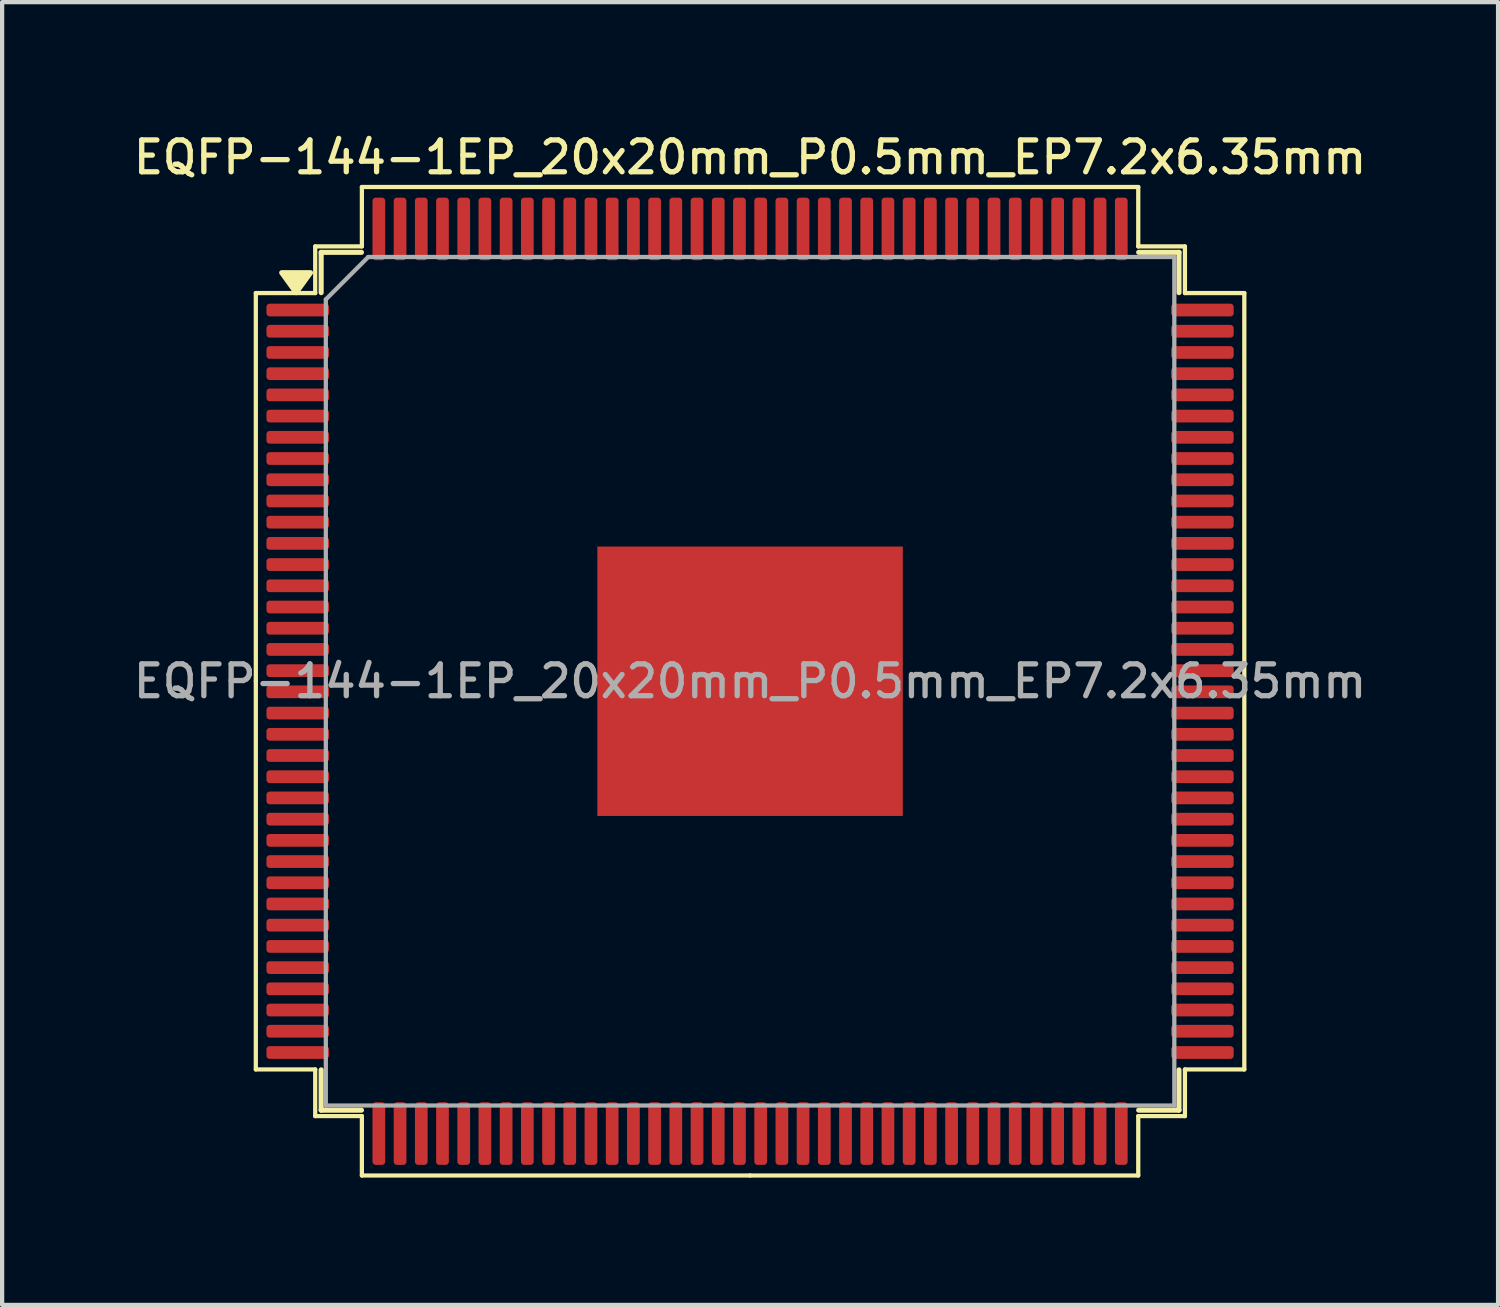
<source format=kicad_pcb>
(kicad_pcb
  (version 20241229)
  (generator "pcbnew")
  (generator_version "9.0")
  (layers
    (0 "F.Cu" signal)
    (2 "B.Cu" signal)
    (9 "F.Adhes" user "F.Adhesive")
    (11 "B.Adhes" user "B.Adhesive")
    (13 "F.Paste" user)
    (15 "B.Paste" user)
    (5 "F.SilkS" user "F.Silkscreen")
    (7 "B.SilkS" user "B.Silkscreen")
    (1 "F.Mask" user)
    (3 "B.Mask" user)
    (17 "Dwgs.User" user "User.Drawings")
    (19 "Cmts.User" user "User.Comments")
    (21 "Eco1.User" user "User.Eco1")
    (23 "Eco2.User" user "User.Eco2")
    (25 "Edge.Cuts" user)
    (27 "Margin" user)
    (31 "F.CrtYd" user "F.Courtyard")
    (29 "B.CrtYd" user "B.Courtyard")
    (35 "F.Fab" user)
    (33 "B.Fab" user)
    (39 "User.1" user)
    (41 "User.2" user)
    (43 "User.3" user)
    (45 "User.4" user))
  (footprint "EQFP-144-1EP_20x20mm_P0.5mm_EP7.2x6.35mm"
    (layer "F.Cu")
    (at 14.63 13.008)
    (property "Reference" "EQFP-144-1EP_20x20mm_P0.5mm_EP7.2x6.35mm" (at 0 -12.35 0) (layer "F.SilkS") (effects (font (size 0.75 0.75) (thickness 0.125))))
    (attr smd)
    (fp_line (start -11.65 -9.15) (end -11.65 0) (stroke (width 0.1) (type solid)) (layer "F.SilkS"))
    (fp_line (start -11.65 9.15) (end -11.65 0) (stroke (width 0.1) (type solid)) (layer "F.SilkS"))
    (fp_line (start -10.25 -10.25) (end -10.25 -9.15) (stroke (width 0.1) (type solid)) (layer "F.SilkS"))
    (fp_line (start -10.25 -9.15) (end -11.65 -9.15) (stroke (width 0.1) (type solid)) (layer "F.SilkS"))
    (fp_line (start -10.25 9.15) (end -11.65 9.15) (stroke (width 0.1) (type solid)) (layer "F.SilkS"))
    (fp_line (start -10.25 10.25) (end -10.25 9.15) (stroke (width 0.1) (type solid)) (layer "F.SilkS"))
    (fp_line (start -10.11 -10.11) (end -10.11 -9.16) (stroke (width 0.12) (type solid)) (layer "F.SilkS"))
    (fp_line (start -10.11 10.11) (end -10.11 9.16) (stroke (width 0.12) (type solid)) (layer "F.SilkS"))
    (fp_line (start -9.16 -10.11) (end -10.11 -10.11) (stroke (width 0.12) (type solid)) (layer "F.SilkS"))
    (fp_line (start -9.16 10.11) (end -10.11 10.11) (stroke (width 0.12) (type solid)) (layer "F.SilkS"))
    (fp_line (start -9.15 -11.65) (end -9.15 -10.25) (stroke (width 0.1) (type solid)) (layer "F.SilkS"))
    (fp_line (start -9.15 -10.25) (end -10.25 -10.25) (stroke (width 0.1) (type solid)) (layer "F.SilkS"))
    (fp_line (start -9.15 10.25) (end -10.25 10.25) (stroke (width 0.1) (type solid)) (layer "F.SilkS"))
    (fp_line (start -9.15 11.65) (end -9.15 10.25) (stroke (width 0.1) (type solid)) (layer "F.SilkS"))
    (fp_line (start 0 -11.65) (end -9.15 -11.65) (stroke (width 0.1) (type solid)) (layer "F.SilkS"))
    (fp_line (start 0 -11.65) (end 9.15 -11.65) (stroke (width 0.1) (type solid)) (layer "F.SilkS"))
    (fp_line (start 0 11.65) (end -9.15 11.65) (stroke (width 0.1) (type solid)) (layer "F.SilkS"))
    (fp_line (start 0 11.65) (end 9.15 11.65) (stroke (width 0.1) (type solid)) (layer "F.SilkS"))
    (fp_line (start 9.15 -11.65) (end 9.15 -10.25) (stroke (width 0.1) (type solid)) (layer "F.SilkS"))
    (fp_line (start 9.15 -10.25) (end 10.25 -10.25) (stroke (width 0.1) (type solid)) (layer "F.SilkS"))
    (fp_line (start 9.15 10.25) (end 10.25 10.25) (stroke (width 0.1) (type solid)) (layer "F.SilkS"))
    (fp_line (start 9.15 11.65) (end 9.15 10.25) (stroke (width 0.1) (type solid)) (layer "F.SilkS"))
    (fp_line (start 9.16 -10.11) (end 10.11 -10.11) (stroke (width 0.12) (type solid)) (layer "F.SilkS"))
    (fp_line (start 9.16 10.11) (end 10.11 10.11) (stroke (width 0.12) (type solid)) (layer "F.SilkS"))
    (fp_line (start 10.11 -10.11) (end 10.11 -9.16) (stroke (width 0.12) (type solid)) (layer "F.SilkS"))
    (fp_line (start 10.11 10.11) (end 10.11 9.16) (stroke (width 0.12) (type solid)) (layer "F.SilkS"))
    (fp_line (start 10.25 -10.25) (end 10.25 -9.15) (stroke (width 0.1) (type solid)) (layer "F.SilkS"))
    (fp_line (start 10.25 -9.15) (end 11.65 -9.15) (stroke (width 0.1) (type solid)) (layer "F.SilkS"))
    (fp_line (start 10.25 9.15) (end 11.65 9.15) (stroke (width 0.1) (type solid)) (layer "F.SilkS"))
    (fp_line (start 10.25 10.25) (end 10.25 9.15) (stroke (width 0.1) (type solid)) (layer "F.SilkS"))
    (fp_line (start 11.65 -9.15) (end 11.65 0) (stroke (width 0.1) (type solid)) (layer "F.SilkS"))
    (fp_line (start 11.65 9.15) (end 11.65 0) (stroke (width 0.1) (type solid)) (layer "F.SilkS"))
    (fp_poly (pts (xy -10.7 -9.16) (xy -11.04 -9.63) (xy -10.36 -9.63) (xy -10.7 -9.16)) (stroke (width 0.12) (type solid)) (fill yes) (layer "F.SilkS"))
    (fp_line (start -10 -9) (end -9 -10) (stroke (width 0.1) (type solid)) (layer "F.Fab"))
    (fp_line (start -10 10) (end -10 -9) (stroke (width 0.1) (type solid)) (layer "F.Fab"))
    (fp_line (start -9 -10) (end 10 -10) (stroke (width 0.1) (type solid)) (layer "F.Fab"))
    (fp_line (start 10 -10) (end 10 10) (stroke (width 0.1) (type solid)) (layer "F.Fab"))
    (fp_line (start 10 10) (end -10 10) (stroke (width 0.1) (type solid)) (layer "F.Fab"))
    (fp_text user "${REFERENCE}" (at 0 0 0) (layer "F.Fab") (effects (font (size 0.75 0.75) (thickness 0.125))))
    (pad "" smd roundrect (at -3 -2.54) (size 0.97 1.02) (layers "F.Paste") (roundrect_rratio 0.25))
    (pad "" smd roundrect (at -3 -1.27) (size 0.97 1.02) (layers "F.Paste") (roundrect_rratio 0.25))
    (pad "" smd roundrect (at -3 0) (size 0.97 1.02) (layers "F.Paste") (roundrect_rratio 0.25))
    (pad "" smd roundrect (at -3 1.27) (size 0.97 1.02) (layers "F.Paste") (roundrect_rratio 0.25))
    (pad "" smd roundrect (at -3 2.54) (size 0.97 1.02) (layers "F.Paste") (roundrect_rratio 0.25))
    (pad "" smd roundrect (at -1.8 -2.54) (size 0.97 1.02) (layers "F.Paste") (roundrect_rratio 0.25))
    (pad "" smd roundrect (at -1.8 -1.27) (size 0.97 1.02) (layers "F.Paste") (roundrect_rratio 0.25))
    (pad "" smd roundrect (at -1.8 0) (size 0.97 1.02) (layers "F.Paste") (roundrect_rratio 0.25))
    (pad "" smd roundrect (at -1.8 1.27) (size 0.97 1.02) (layers "F.Paste") (roundrect_rratio 0.25))
    (pad "" smd roundrect (at -1.8 2.54) (size 0.97 1.02) (layers "F.Paste") (roundrect_rratio 0.25))
    (pad "" smd roundrect (at -0.6 -2.54) (size 0.97 1.02) (layers "F.Paste") (roundrect_rratio 0.25))
    (pad "" smd roundrect (at -0.6 -1.27) (size 0.97 1.02) (layers "F.Paste") (roundrect_rratio 0.25))
    (pad "" smd roundrect (at -0.6 0) (size 0.97 1.02) (layers "F.Paste") (roundrect_rratio 0.25))
    (pad "" smd roundrect (at -0.6 1.27) (size 0.97 1.02) (layers "F.Paste") (roundrect_rratio 0.25))
    (pad "" smd roundrect (at -0.6 2.54) (size 0.97 1.02) (layers "F.Paste") (roundrect_rratio 0.25))
    (pad "" smd roundrect (at 0.6 -2.54) (size 0.97 1.02) (layers "F.Paste") (roundrect_rratio 0.25))
    (pad "" smd roundrect (at 0.6 -1.27) (size 0.97 1.02) (layers "F.Paste") (roundrect_rratio 0.25))
    (pad "" smd roundrect (at 0.6 0) (size 0.97 1.02) (layers "F.Paste") (roundrect_rratio 0.25))
    (pad "" smd roundrect (at 0.6 1.27) (size 0.97 1.02) (layers "F.Paste") (roundrect_rratio 0.25))
    (pad "" smd roundrect (at 0.6 2.54) (size 0.97 1.02) (layers "F.Paste") (roundrect_rratio 0.25))
    (pad "" smd roundrect (at 1.8 -2.54) (size 0.97 1.02) (layers "F.Paste") (roundrect_rratio 0.25))
    (pad "" smd roundrect (at 1.8 -1.27) (size 0.97 1.02) (layers "F.Paste") (roundrect_rratio 0.25))
    (pad "" smd roundrect (at 1.8 0) (size 0.97 1.02) (layers "F.Paste") (roundrect_rratio 0.25))
    (pad "" smd roundrect (at 1.8 1.27) (size 0.97 1.02) (layers "F.Paste") (roundrect_rratio 0.25))
    (pad "" smd roundrect (at 1.8 2.54) (size 0.97 1.02) (layers "F.Paste") (roundrect_rratio 0.25))
    (pad "" smd roundrect (at 3 -2.54) (size 0.97 1.02) (layers "F.Paste") (roundrect_rratio 0.25))
    (pad "" smd roundrect (at 3 -1.27) (size 0.97 1.02) (layers "F.Paste") (roundrect_rratio 0.25))
    (pad "" smd roundrect (at 3 0) (size 0.97 1.02) (layers "F.Paste") (roundrect_rratio 0.25))
    (pad "" smd roundrect (at 3 1.27) (size 0.97 1.02) (layers "F.Paste") (roundrect_rratio 0.25))
    (pad "" smd roundrect (at 3 2.54) (size 0.97 1.02) (layers "F.Paste") (roundrect_rratio 0.25))
    (pad "1" smd roundrect (at -10.662 -8.75) (size 1.475 0.3) (layers "F.Cu" "F.Mask" "F.Paste") (roundrect_rratio 0.25))
    (pad "2" smd roundrect (at -10.662 -8.25) (size 1.475 0.3) (layers "F.Cu" "F.Mask" "F.Paste") (roundrect_rratio 0.25))
    (pad "3" smd roundrect (at -10.662 -7.75) (size 1.475 0.3) (layers "F.Cu" "F.Mask" "F.Paste") (roundrect_rratio 0.25))
    (pad "4" smd roundrect (at -10.662 -7.25) (size 1.475 0.3) (layers "F.Cu" "F.Mask" "F.Paste") (roundrect_rratio 0.25))
    (pad "5" smd roundrect (at -10.662 -6.75) (size 1.475 0.3) (layers "F.Cu" "F.Mask" "F.Paste") (roundrect_rratio 0.25))
    (pad "6" smd roundrect (at -10.662 -6.25) (size 1.475 0.3) (layers "F.Cu" "F.Mask" "F.Paste") (roundrect_rratio 0.25))
    (pad "7" smd roundrect (at -10.662 -5.75) (size 1.475 0.3) (layers "F.Cu" "F.Mask" "F.Paste") (roundrect_rratio 0.25))
    (pad "8" smd roundrect (at -10.662 -5.25) (size 1.475 0.3) (layers "F.Cu" "F.Mask" "F.Paste") (roundrect_rratio 0.25))
    (pad "9" smd roundrect (at -10.662 -4.75) (size 1.475 0.3) (layers "F.Cu" "F.Mask" "F.Paste") (roundrect_rratio 0.25))
    (pad "10" smd roundrect (at -10.662 -4.25) (size 1.475 0.3) (layers "F.Cu" "F.Mask" "F.Paste") (roundrect_rratio 0.25))
    (pad "11" smd roundrect (at -10.662 -3.75) (size 1.475 0.3) (layers "F.Cu" "F.Mask" "F.Paste") (roundrect_rratio 0.25))
    (pad "12" smd roundrect (at -10.662 -3.25) (size 1.475 0.3) (layers "F.Cu" "F.Mask" "F.Paste") (roundrect_rratio 0.25))
    (pad "13" smd roundrect (at -10.662 -2.75) (size 1.475 0.3) (layers "F.Cu" "F.Mask" "F.Paste") (roundrect_rratio 0.25))
    (pad "14" smd roundrect (at -10.662 -2.25) (size 1.475 0.3) (layers "F.Cu" "F.Mask" "F.Paste") (roundrect_rratio 0.25))
    (pad "15" smd roundrect (at -10.662 -1.75) (size 1.475 0.3) (layers "F.Cu" "F.Mask" "F.Paste") (roundrect_rratio 0.25))
    (pad "16" smd roundrect (at -10.662 -1.25) (size 1.475 0.3) (layers "F.Cu" "F.Mask" "F.Paste") (roundrect_rratio 0.25))
    (pad "17" smd roundrect (at -10.662 -0.75) (size 1.475 0.3) (layers "F.Cu" "F.Mask" "F.Paste") (roundrect_rratio 0.25))
    (pad "18" smd roundrect (at -10.662 -0.25) (size 1.475 0.3) (layers "F.Cu" "F.Mask" "F.Paste") (roundrect_rratio 0.25))
    (pad "19" smd roundrect (at -10.662 0.25) (size 1.475 0.3) (layers "F.Cu" "F.Mask" "F.Paste") (roundrect_rratio 0.25))
    (pad "20" smd roundrect (at -10.662 0.75) (size 1.475 0.3) (layers "F.Cu" "F.Mask" "F.Paste") (roundrect_rratio 0.25))
    (pad "21" smd roundrect (at -10.662 1.25) (size 1.475 0.3) (layers "F.Cu" "F.Mask" "F.Paste") (roundrect_rratio 0.25))
    (pad "22" smd roundrect (at -10.662 1.75) (size 1.475 0.3) (layers "F.Cu" "F.Mask" "F.Paste") (roundrect_rratio 0.25))
    (pad "23" smd roundrect (at -10.662 2.25) (size 1.475 0.3) (layers "F.Cu" "F.Mask" "F.Paste") (roundrect_rratio 0.25))
    (pad "24" smd roundrect (at -10.662 2.75) (size 1.475 0.3) (layers "F.Cu" "F.Mask" "F.Paste") (roundrect_rratio 0.25))
    (pad "25" smd roundrect (at -10.662 3.25) (size 1.475 0.3) (layers "F.Cu" "F.Mask" "F.Paste") (roundrect_rratio 0.25))
    (pad "26" smd roundrect (at -10.662 3.75) (size 1.475 0.3) (layers "F.Cu" "F.Mask" "F.Paste") (roundrect_rratio 0.25))
    (pad "27" smd roundrect (at -10.662 4.25) (size 1.475 0.3) (layers "F.Cu" "F.Mask" "F.Paste") (roundrect_rratio 0.25))
    (pad "28" smd roundrect (at -10.662 4.75) (size 1.475 0.3) (layers "F.Cu" "F.Mask" "F.Paste") (roundrect_rratio 0.25))
    (pad "29" smd roundrect (at -10.662 5.25) (size 1.475 0.3) (layers "F.Cu" "F.Mask" "F.Paste") (roundrect_rratio 0.25))
    (pad "30" smd roundrect (at -10.662 5.75) (size 1.475 0.3) (layers "F.Cu" "F.Mask" "F.Paste") (roundrect_rratio 0.25))
    (pad "31" smd roundrect (at -10.662 6.25) (size 1.475 0.3) (layers "F.Cu" "F.Mask" "F.Paste") (roundrect_rratio 0.25))
    (pad "32" smd roundrect (at -10.662 6.75) (size 1.475 0.3) (layers "F.Cu" "F.Mask" "F.Paste") (roundrect_rratio 0.25))
    (pad "33" smd roundrect (at -10.662 7.25) (size 1.475 0.3) (layers "F.Cu" "F.Mask" "F.Paste") (roundrect_rratio 0.25))
    (pad "34" smd roundrect (at -10.662 7.75) (size 1.475 0.3) (layers "F.Cu" "F.Mask" "F.Paste") (roundrect_rratio 0.25))
    (pad "35" smd roundrect (at -10.662 8.25) (size 1.475 0.3) (layers "F.Cu" "F.Mask" "F.Paste") (roundrect_rratio 0.25))
    (pad "36" smd roundrect (at -10.662 8.75) (size 1.475 0.3) (layers "F.Cu" "F.Mask" "F.Paste") (roundrect_rratio 0.25))
    (pad "37" smd roundrect (at -8.75 10.662) (size 0.3 1.475) (layers "F.Cu" "F.Mask" "F.Paste") (roundrect_rratio 0.25))
    (pad "38" smd roundrect (at -8.25 10.662) (size 0.3 1.475) (layers "F.Cu" "F.Mask" "F.Paste") (roundrect_rratio 0.25))
    (pad "39" smd roundrect (at -7.75 10.662) (size 0.3 1.475) (layers "F.Cu" "F.Mask" "F.Paste") (roundrect_rratio 0.25))
    (pad "40" smd roundrect (at -7.25 10.662) (size 0.3 1.475) (layers "F.Cu" "F.Mask" "F.Paste") (roundrect_rratio 0.25))
    (pad "41" smd roundrect (at -6.75 10.662) (size 0.3 1.475) (layers "F.Cu" "F.Mask" "F.Paste") (roundrect_rratio 0.25))
    (pad "42" smd roundrect (at -6.25 10.662) (size 0.3 1.475) (layers "F.Cu" "F.Mask" "F.Paste") (roundrect_rratio 0.25))
    (pad "43" smd roundrect (at -5.75 10.662) (size 0.3 1.475) (layers "F.Cu" "F.Mask" "F.Paste") (roundrect_rratio 0.25))
    (pad "44" smd roundrect (at -5.25 10.662) (size 0.3 1.475) (layers "F.Cu" "F.Mask" "F.Paste") (roundrect_rratio 0.25))
    (pad "45" smd roundrect (at -4.75 10.662) (size 0.3 1.475) (layers "F.Cu" "F.Mask" "F.Paste") (roundrect_rratio 0.25))
    (pad "46" smd roundrect (at -4.25 10.662) (size 0.3 1.475) (layers "F.Cu" "F.Mask" "F.Paste") (roundrect_rratio 0.25))
    (pad "47" smd roundrect (at -3.75 10.662) (size 0.3 1.475) (layers "F.Cu" "F.Mask" "F.Paste") (roundrect_rratio 0.25))
    (pad "48" smd roundrect (at -3.25 10.662) (size 0.3 1.475) (layers "F.Cu" "F.Mask" "F.Paste") (roundrect_rratio 0.25))
    (pad "49" smd roundrect (at -2.75 10.662) (size 0.3 1.475) (layers "F.Cu" "F.Mask" "F.Paste") (roundrect_rratio 0.25))
    (pad "50" smd roundrect (at -2.25 10.662) (size 0.3 1.475) (layers "F.Cu" "F.Mask" "F.Paste") (roundrect_rratio 0.25))
    (pad "51" smd roundrect (at -1.75 10.662) (size 0.3 1.475) (layers "F.Cu" "F.Mask" "F.Paste") (roundrect_rratio 0.25))
    (pad "52" smd roundrect (at -1.25 10.662) (size 0.3 1.475) (layers "F.Cu" "F.Mask" "F.Paste") (roundrect_rratio 0.25))
    (pad "53" smd roundrect (at -0.75 10.662) (size 0.3 1.475) (layers "F.Cu" "F.Mask" "F.Paste") (roundrect_rratio 0.25))
    (pad "54" smd roundrect (at -0.25 10.662) (size 0.3 1.475) (layers "F.Cu" "F.Mask" "F.Paste") (roundrect_rratio 0.25))
    (pad "55" smd roundrect (at 0.25 10.662) (size 0.3 1.475) (layers "F.Cu" "F.Mask" "F.Paste") (roundrect_rratio 0.25))
    (pad "56" smd roundrect (at 0.75 10.662) (size 0.3 1.475) (layers "F.Cu" "F.Mask" "F.Paste") (roundrect_rratio 0.25))
    (pad "57" smd roundrect (at 1.25 10.662) (size 0.3 1.475) (layers "F.Cu" "F.Mask" "F.Paste") (roundrect_rratio 0.25))
    (pad "58" smd roundrect (at 1.75 10.662) (size 0.3 1.475) (layers "F.Cu" "F.Mask" "F.Paste") (roundrect_rratio 0.25))
    (pad "59" smd roundrect (at 2.25 10.662) (size 0.3 1.475) (layers "F.Cu" "F.Mask" "F.Paste") (roundrect_rratio 0.25))
    (pad "60" smd roundrect (at 2.75 10.662) (size 0.3 1.475) (layers "F.Cu" "F.Mask" "F.Paste") (roundrect_rratio 0.25))
    (pad "61" smd roundrect (at 3.25 10.662) (size 0.3 1.475) (layers "F.Cu" "F.Mask" "F.Paste") (roundrect_rratio 0.25))
    (pad "62" smd roundrect (at 3.75 10.662) (size 0.3 1.475) (layers "F.Cu" "F.Mask" "F.Paste") (roundrect_rratio 0.25))
    (pad "63" smd roundrect (at 4.25 10.662) (size 0.3 1.475) (layers "F.Cu" "F.Mask" "F.Paste") (roundrect_rratio 0.25))
    (pad "64" smd roundrect (at 4.75 10.662) (size 0.3 1.475) (layers "F.Cu" "F.Mask" "F.Paste") (roundrect_rratio 0.25))
    (pad "65" smd roundrect (at 5.25 10.662) (size 0.3 1.475) (layers "F.Cu" "F.Mask" "F.Paste") (roundrect_rratio 0.25))
    (pad "66" smd roundrect (at 5.75 10.662) (size 0.3 1.475) (layers "F.Cu" "F.Mask" "F.Paste") (roundrect_rratio 0.25))
    (pad "67" smd roundrect (at 6.25 10.662) (size 0.3 1.475) (layers "F.Cu" "F.Mask" "F.Paste") (roundrect_rratio 0.25))
    (pad "68" smd roundrect (at 6.75 10.662) (size 0.3 1.475) (layers "F.Cu" "F.Mask" "F.Paste") (roundrect_rratio 0.25))
    (pad "69" smd roundrect (at 7.25 10.662) (size 0.3 1.475) (layers "F.Cu" "F.Mask" "F.Paste") (roundrect_rratio 0.25))
    (pad "70" smd roundrect (at 7.75 10.662) (size 0.3 1.475) (layers "F.Cu" "F.Mask" "F.Paste") (roundrect_rratio 0.25))
    (pad "71" smd roundrect (at 8.25 10.662) (size 0.3 1.475) (layers "F.Cu" "F.Mask" "F.Paste") (roundrect_rratio 0.25))
    (pad "72" smd roundrect (at 8.75 10.662) (size 0.3 1.475) (layers "F.Cu" "F.Mask" "F.Paste") (roundrect_rratio 0.25))
    (pad "73" smd roundrect (at 10.662 8.75) (size 1.475 0.3) (layers "F.Cu" "F.Mask" "F.Paste") (roundrect_rratio 0.25))
    (pad "74" smd roundrect (at 10.662 8.25) (size 1.475 0.3) (layers "F.Cu" "F.Mask" "F.Paste") (roundrect_rratio 0.25))
    (pad "75" smd roundrect (at 10.662 7.75) (size 1.475 0.3) (layers "F.Cu" "F.Mask" "F.Paste") (roundrect_rratio 0.25))
    (pad "76" smd roundrect (at 10.662 7.25) (size 1.475 0.3) (layers "F.Cu" "F.Mask" "F.Paste") (roundrect_rratio 0.25))
    (pad "77" smd roundrect (at 10.662 6.75) (size 1.475 0.3) (layers "F.Cu" "F.Mask" "F.Paste") (roundrect_rratio 0.25))
    (pad "78" smd roundrect (at 10.662 6.25) (size 1.475 0.3) (layers "F.Cu" "F.Mask" "F.Paste") (roundrect_rratio 0.25))
    (pad "79" smd roundrect (at 10.662 5.75) (size 1.475 0.3) (layers "F.Cu" "F.Mask" "F.Paste") (roundrect_rratio 0.25))
    (pad "80" smd roundrect (at 10.662 5.25) (size 1.475 0.3) (layers "F.Cu" "F.Mask" "F.Paste") (roundrect_rratio 0.25))
    (pad "81" smd roundrect (at 10.662 4.75) (size 1.475 0.3) (layers "F.Cu" "F.Mask" "F.Paste") (roundrect_rratio 0.25))
    (pad "82" smd roundrect (at 10.662 4.25) (size 1.475 0.3) (layers "F.Cu" "F.Mask" "F.Paste") (roundrect_rratio 0.25))
    (pad "83" smd roundrect (at 10.662 3.75) (size 1.475 0.3) (layers "F.Cu" "F.Mask" "F.Paste") (roundrect_rratio 0.25))
    (pad "84" smd roundrect (at 10.662 3.25) (size 1.475 0.3) (layers "F.Cu" "F.Mask" "F.Paste") (roundrect_rratio 0.25))
    (pad "85" smd roundrect (at 10.662 2.75) (size 1.475 0.3) (layers "F.Cu" "F.Mask" "F.Paste") (roundrect_rratio 0.25))
    (pad "86" smd roundrect (at 10.662 2.25) (size 1.475 0.3) (layers "F.Cu" "F.Mask" "F.Paste") (roundrect_rratio 0.25))
    (pad "87" smd roundrect (at 10.662 1.75) (size 1.475 0.3) (layers "F.Cu" "F.Mask" "F.Paste") (roundrect_rratio 0.25))
    (pad "88" smd roundrect (at 10.662 1.25) (size 1.475 0.3) (layers "F.Cu" "F.Mask" "F.Paste") (roundrect_rratio 0.25))
    (pad "89" smd roundrect (at 10.662 0.75) (size 1.475 0.3) (layers "F.Cu" "F.Mask" "F.Paste") (roundrect_rratio 0.25))
    (pad "90" smd roundrect (at 10.662 0.25) (size 1.475 0.3) (layers "F.Cu" "F.Mask" "F.Paste") (roundrect_rratio 0.25))
    (pad "91" smd roundrect (at 10.662 -0.25) (size 1.475 0.3) (layers "F.Cu" "F.Mask" "F.Paste") (roundrect_rratio 0.25))
    (pad "92" smd roundrect (at 10.662 -0.75) (size 1.475 0.3) (layers "F.Cu" "F.Mask" "F.Paste") (roundrect_rratio 0.25))
    (pad "93" smd roundrect (at 10.662 -1.25) (size 1.475 0.3) (layers "F.Cu" "F.Mask" "F.Paste") (roundrect_rratio 0.25))
    (pad "94" smd roundrect (at 10.662 -1.75) (size 1.475 0.3) (layers "F.Cu" "F.Mask" "F.Paste") (roundrect_rratio 0.25))
    (pad "95" smd roundrect (at 10.662 -2.25) (size 1.475 0.3) (layers "F.Cu" "F.Mask" "F.Paste") (roundrect_rratio 0.25))
    (pad "96" smd roundrect (at 10.662 -2.75) (size 1.475 0.3) (layers "F.Cu" "F.Mask" "F.Paste") (roundrect_rratio 0.25))
    (pad "97" smd roundrect (at 10.662 -3.25) (size 1.475 0.3) (layers "F.Cu" "F.Mask" "F.Paste") (roundrect_rratio 0.25))
    (pad "98" smd roundrect (at 10.662 -3.75) (size 1.475 0.3) (layers "F.Cu" "F.Mask" "F.Paste") (roundrect_rratio 0.25))
    (pad "99" smd roundrect (at 10.662 -4.25) (size 1.475 0.3) (layers "F.Cu" "F.Mask" "F.Paste") (roundrect_rratio 0.25))
    (pad "100" smd roundrect (at 10.662 -4.75) (size 1.475 0.3) (layers "F.Cu" "F.Mask" "F.Paste") (roundrect_rratio 0.25))
    (pad "101" smd roundrect (at 10.662 -5.25) (size 1.475 0.3) (layers "F.Cu" "F.Mask" "F.Paste") (roundrect_rratio 0.25))
    (pad "102" smd roundrect (at 10.662 -5.75) (size 1.475 0.3) (layers "F.Cu" "F.Mask" "F.Paste") (roundrect_rratio 0.25))
    (pad "103" smd roundrect (at 10.662 -6.25) (size 1.475 0.3) (layers "F.Cu" "F.Mask" "F.Paste") (roundrect_rratio 0.25))
    (pad "104" smd roundrect (at 10.662 -6.75) (size 1.475 0.3) (layers "F.Cu" "F.Mask" "F.Paste") (roundrect_rratio 0.25))
    (pad "105" smd roundrect (at 10.662 -7.25) (size 1.475 0.3) (layers "F.Cu" "F.Mask" "F.Paste") (roundrect_rratio 0.25))
    (pad "106" smd roundrect (at 10.662 -7.75) (size 1.475 0.3) (layers "F.Cu" "F.Mask" "F.Paste") (roundrect_rratio 0.25))
    (pad "107" smd roundrect (at 10.662 -8.25) (size 1.475 0.3) (layers "F.Cu" "F.Mask" "F.Paste") (roundrect_rratio 0.25))
    (pad "108" smd roundrect (at 10.662 -8.75) (size 1.475 0.3) (layers "F.Cu" "F.Mask" "F.Paste") (roundrect_rratio 0.25))
    (pad "109" smd roundrect (at 8.75 -10.662) (size 0.3 1.475) (layers "F.Cu" "F.Mask" "F.Paste") (roundrect_rratio 0.25))
    (pad "110" smd roundrect (at 8.25 -10.662) (size 0.3 1.475) (layers "F.Cu" "F.Mask" "F.Paste") (roundrect_rratio 0.25))
    (pad "111" smd roundrect (at 7.75 -10.662) (size 0.3 1.475) (layers "F.Cu" "F.Mask" "F.Paste") (roundrect_rratio 0.25))
    (pad "112" smd roundrect (at 7.25 -10.662) (size 0.3 1.475) (layers "F.Cu" "F.Mask" "F.Paste") (roundrect_rratio 0.25))
    (pad "113" smd roundrect (at 6.75 -10.662) (size 0.3 1.475) (layers "F.Cu" "F.Mask" "F.Paste") (roundrect_rratio 0.25))
    (pad "114" smd roundrect (at 6.25 -10.662) (size 0.3 1.475) (layers "F.Cu" "F.Mask" "F.Paste") (roundrect_rratio 0.25))
    (pad "115" smd roundrect (at 5.75 -10.662) (size 0.3 1.475) (layers "F.Cu" "F.Mask" "F.Paste") (roundrect_rratio 0.25))
    (pad "116" smd roundrect (at 5.25 -10.662) (size 0.3 1.475) (layers "F.Cu" "F.Mask" "F.Paste") (roundrect_rratio 0.25))
    (pad "117" smd roundrect (at 4.75 -10.662) (size 0.3 1.475) (layers "F.Cu" "F.Mask" "F.Paste") (roundrect_rratio 0.25))
    (pad "118" smd roundrect (at 4.25 -10.662) (size 0.3 1.475) (layers "F.Cu" "F.Mask" "F.Paste") (roundrect_rratio 0.25))
    (pad "119" smd roundrect (at 3.75 -10.662) (size 0.3 1.475) (layers "F.Cu" "F.Mask" "F.Paste") (roundrect_rratio 0.25))
    (pad "120" smd roundrect (at 3.25 -10.662) (size 0.3 1.475) (layers "F.Cu" "F.Mask" "F.Paste") (roundrect_rratio 0.25))
    (pad "121" smd roundrect (at 2.75 -10.662) (size 0.3 1.475) (layers "F.Cu" "F.Mask" "F.Paste") (roundrect_rratio 0.25))
    (pad "122" smd roundrect (at 2.25 -10.662) (size 0.3 1.475) (layers "F.Cu" "F.Mask" "F.Paste") (roundrect_rratio 0.25))
    (pad "123" smd roundrect (at 1.75 -10.662) (size 0.3 1.475) (layers "F.Cu" "F.Mask" "F.Paste") (roundrect_rratio 0.25))
    (pad "124" smd roundrect (at 1.25 -10.662) (size 0.3 1.475) (layers "F.Cu" "F.Mask" "F.Paste") (roundrect_rratio 0.25))
    (pad "125" smd roundrect (at 0.75 -10.662) (size 0.3 1.475) (layers "F.Cu" "F.Mask" "F.Paste") (roundrect_rratio 0.25))
    (pad "126" smd roundrect (at 0.25 -10.662) (size 0.3 1.475) (layers "F.Cu" "F.Mask" "F.Paste") (roundrect_rratio 0.25))
    (pad "127" smd roundrect (at -0.25 -10.662) (size 0.3 1.475) (layers "F.Cu" "F.Mask" "F.Paste") (roundrect_rratio 0.25))
    (pad "128" smd roundrect (at -0.75 -10.662) (size 0.3 1.475) (layers "F.Cu" "F.Mask" "F.Paste") (roundrect_rratio 0.25))
    (pad "129" smd roundrect (at -1.25 -10.662) (size 0.3 1.475) (layers "F.Cu" "F.Mask" "F.Paste") (roundrect_rratio 0.25))
    (pad "130" smd roundrect (at -1.75 -10.662) (size 0.3 1.475) (layers "F.Cu" "F.Mask" "F.Paste") (roundrect_rratio 0.25))
    (pad "131" smd roundrect (at -2.25 -10.662) (size 0.3 1.475) (layers "F.Cu" "F.Mask" "F.Paste") (roundrect_rratio 0.25))
    (pad "132" smd roundrect (at -2.75 -10.662) (size 0.3 1.475) (layers "F.Cu" "F.Mask" "F.Paste") (roundrect_rratio 0.25))
    (pad "133" smd roundrect (at -3.25 -10.662) (size 0.3 1.475) (layers "F.Cu" "F.Mask" "F.Paste") (roundrect_rratio 0.25))
    (pad "134" smd roundrect (at -3.75 -10.662) (size 0.3 1.475) (layers "F.Cu" "F.Mask" "F.Paste") (roundrect_rratio 0.25))
    (pad "135" smd roundrect (at -4.25 -10.662) (size 0.3 1.475) (layers "F.Cu" "F.Mask" "F.Paste") (roundrect_rratio 0.25))
    (pad "136" smd roundrect (at -4.75 -10.662) (size 0.3 1.475) (layers "F.Cu" "F.Mask" "F.Paste") (roundrect_rratio 0.25))
    (pad "137" smd roundrect (at -5.25 -10.662) (size 0.3 1.475) (layers "F.Cu" "F.Mask" "F.Paste") (roundrect_rratio 0.25))
    (pad "138" smd roundrect (at -5.75 -10.662) (size 0.3 1.475) (layers "F.Cu" "F.Mask" "F.Paste") (roundrect_rratio 0.25))
    (pad "139" smd roundrect (at -6.25 -10.662) (size 0.3 1.475) (layers "F.Cu" "F.Mask" "F.Paste") (roundrect_rratio 0.25))
    (pad "140" smd roundrect (at -6.75 -10.662) (size 0.3 1.475) (layers "F.Cu" "F.Mask" "F.Paste") (roundrect_rratio 0.25))
    (pad "141" smd roundrect (at -7.25 -10.662) (size 0.3 1.475) (layers "F.Cu" "F.Mask" "F.Paste") (roundrect_rratio 0.25))
    (pad "142" smd roundrect (at -7.75 -10.662) (size 0.3 1.475) (layers "F.Cu" "F.Mask" "F.Paste") (roundrect_rratio 0.25))
    (pad "143" smd roundrect (at -8.25 -10.662) (size 0.3 1.475) (layers "F.Cu" "F.Mask" "F.Paste") (roundrect_rratio 0.25))
    (pad "144" smd roundrect (at -8.75 -10.662) (size 0.3 1.475) (layers "F.Cu" "F.Mask" "F.Paste") (roundrect_rratio 0.25))
    (pad "145" smd rect (at 0 0) (size 7.2 6.35) (property pad_prop_heatsink) (layers "F.Cu" "F.Mask")))
  (gr_rect
    (start -3 -3)
    (end 32.261 27.708)
    (stroke (width 0.1) (type default))
    (fill no)
    (layer "Edge.Cuts")))
</source>
